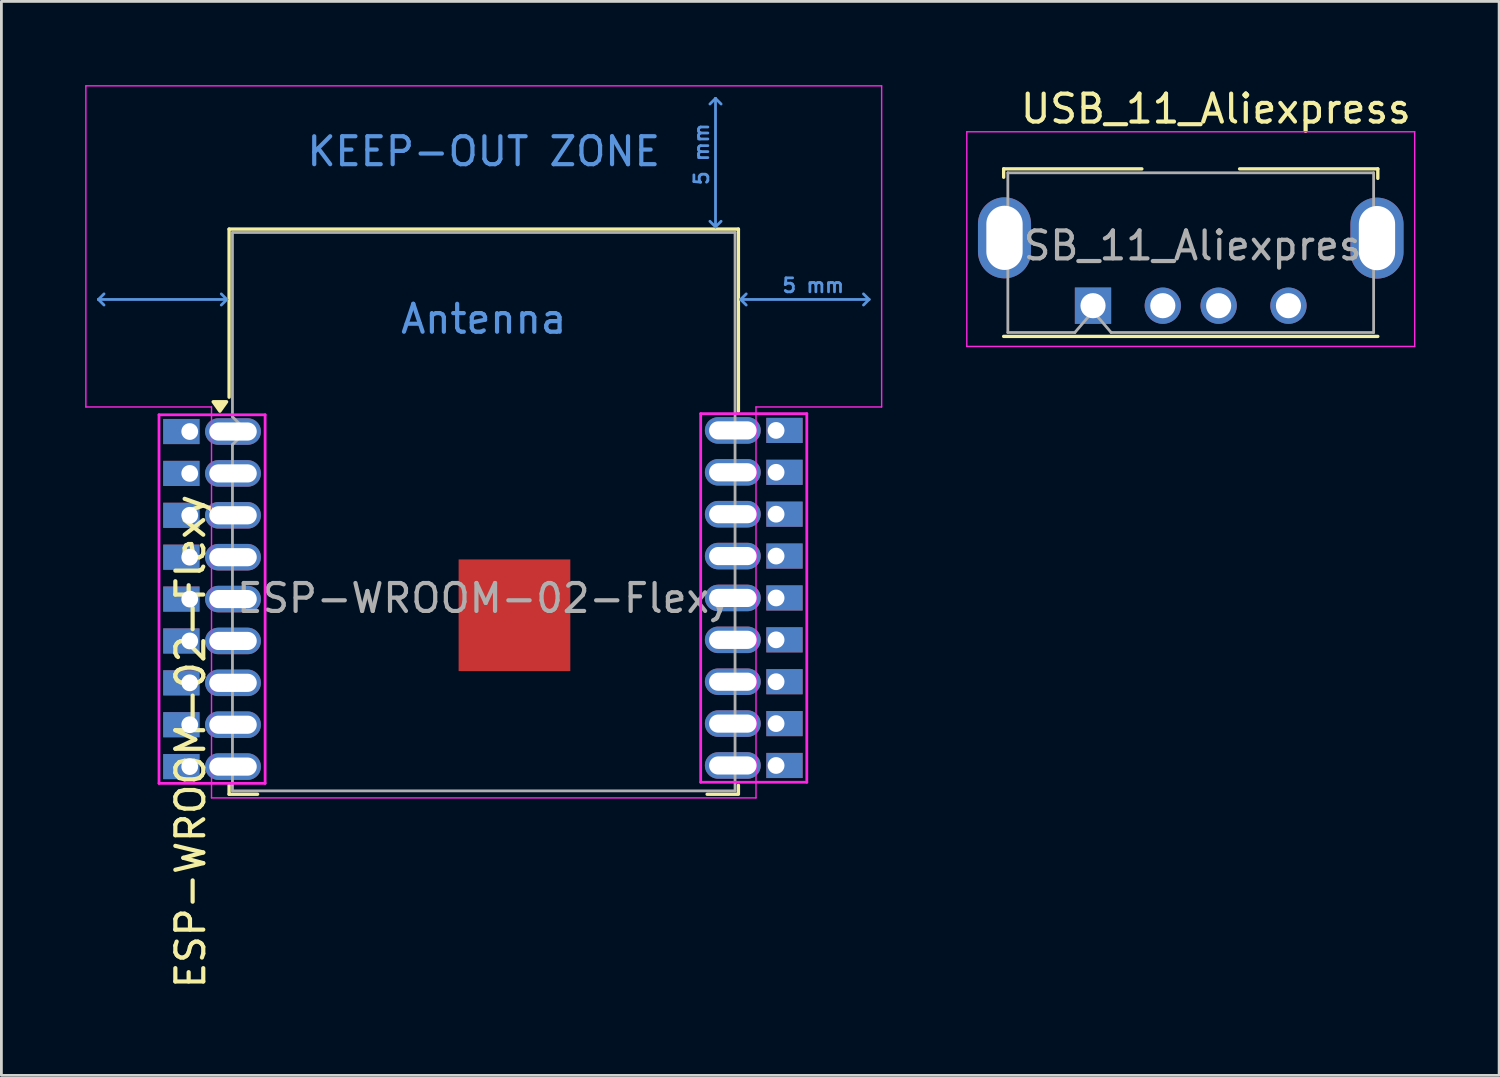
<source format=kicad_pcb>
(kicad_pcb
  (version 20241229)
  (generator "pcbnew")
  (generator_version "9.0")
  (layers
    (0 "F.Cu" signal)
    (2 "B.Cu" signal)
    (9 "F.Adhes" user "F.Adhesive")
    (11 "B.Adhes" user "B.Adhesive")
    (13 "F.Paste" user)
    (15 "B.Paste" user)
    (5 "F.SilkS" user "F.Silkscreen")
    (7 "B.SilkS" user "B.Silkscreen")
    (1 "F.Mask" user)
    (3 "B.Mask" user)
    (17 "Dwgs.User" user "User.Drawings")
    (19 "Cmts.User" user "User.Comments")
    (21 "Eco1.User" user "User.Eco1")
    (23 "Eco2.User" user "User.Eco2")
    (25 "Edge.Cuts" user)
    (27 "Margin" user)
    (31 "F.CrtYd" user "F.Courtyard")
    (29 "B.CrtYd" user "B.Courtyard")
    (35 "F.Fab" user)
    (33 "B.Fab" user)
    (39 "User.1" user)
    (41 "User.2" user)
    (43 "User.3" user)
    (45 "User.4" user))
  (footprint "USB_11_Aliexpress"
    (layer "F.Cu")
    (at 36.095 7.898)
    (property "Reference" "USB_11_Aliexpress" (at 4.4 -7.05 0) (layer "F.SilkS") (effects (font (size 1 1) (thickness 0.15))))
    (attr through_hole)
    (fp_line (start -3.2 -4.9) (end -3.2 -4.6) (stroke (width 0.12) (type solid)) (layer "F.SilkS"))
    (fp_line (start -3.2 -4.9) (end 1.75 -4.9) (stroke (width 0.12) (type solid)) (layer "F.SilkS"))
    (fp_line (start 10.2 -4.9) (end 5.25 -4.9) (stroke (width 0.12) (type solid)) (layer "F.SilkS"))
    (fp_line (start 10.2 -4.9) (end 10.2 -4.56) (stroke (width 0.12) (type solid)) (layer "F.SilkS"))
    (fp_line (start 10.2 1.1) (end -3.2 1.1) (stroke (width 0.12) (type solid)) (layer "F.SilkS"))
    (fp_line (start -4.52 -6.23) (end 11.52 -6.23) (stroke (width 0.05) (type solid)) (layer "F.CrtYd"))
    (fp_line (start -4.52 1.46) (end -4.52 -6.23) (stroke (width 0.05) (type solid)) (layer "F.CrtYd"))
    (fp_line (start 11.52 -6.23) (end 11.52 1.46) (stroke (width 0.05) (type solid)) (layer "F.CrtYd"))
    (fp_line (start 11.52 1.46) (end -4.52 1.46) (stroke (width 0.05) (type solid)) (layer "F.CrtYd"))
    (fp_line (start -3.05 -4.76) (end 10.05 -4.76) (stroke (width 0.1) (type solid)) (layer "F.Fab"))
    (fp_line (start -3.05 0.96) (end -3.05 -4.76) (stroke (width 0.1) (type solid)) (layer "F.Fab"))
    (fp_line (start -0.65 0.96) (end -3.05 0.96) (stroke (width 0.1) (type solid)) (layer "F.Fab"))
    (fp_line (start -0.65 0.96) (end 0 0.2) (stroke (width 0.1) (type solid)) (layer "F.Fab"))
    (fp_line (start 0 0.2) (end 0.65 0.96) (stroke (width 0.1) (type solid)) (layer "F.Fab"))
    (fp_line (start 10.05 -4.76) (end 10.05 0.96) (stroke (width 0.1) (type solid)) (layer "F.Fab"))
    (fp_line (start 10.05 0.96) (end 0.65 0.96) (stroke (width 0.1) (type solid)) (layer "F.Fab"))
    (fp_text user "${REFERENCE}" (at 3.45 -2.15 0) (layer "F.Fab") (effects (font (size 1 1) (thickness 0.15))))
    (pad "1" thru_hole rect (at 0 0) (size 1.3 1.3) (drill 0.9) (layers "*.Cu" "*.Mask"))
    (pad "2" thru_hole circle (at 2.5 0) (size 1.3 1.3) (drill 0.9) (layers "*.Cu" "*.Mask"))
    (pad "3" thru_hole circle (at 4.5 0) (size 1.3 1.3) (drill 0.9) (layers "*.Cu" "*.Mask"))
    (pad "4" thru_hole circle (at 7 0) (size 1.3 1.3) (drill 0.9) (layers "*.Cu" "*.Mask"))
    (pad "5" thru_hole oval (at -3.17 -2.43 180) (size 1.9 2.9) (drill oval 1.3 2.3) (layers "*.Cu" "*.Mask"))
    (pad "5" thru_hole oval (at 10.17 -2.42) (size 1.9 2.9) (drill oval 1.3 2.3) (layers "*.Cu" "*.Mask")))
  (footprint "ESP-WROOM-02-Flexy"
    (layer "F.Cu")
    (at 14.275 18.375)
    (property "Reference" "ESP-WROOM-02-Flexy" (at -10.5 5.13 90) (layer "F.SilkS") (effects (font (size 1 1) (thickness 0.15))))
    (attr smd)
    (fp_line (start -9.12 -13.22) (end -9.12 -7.2) (stroke (width 0.12) (type solid)) (layer "F.SilkS"))
    (fp_line (start -9.12 -13.22) (end 9.12 -13.22) (stroke (width 0.12) (type solid)) (layer "F.SilkS"))
    (fp_line (start -9.12 6.7) (end -9.12 7.02) (stroke (width 0.12) (type solid)) (layer "F.SilkS"))
    (fp_line (start -9.12 7.02) (end -8.1 7.02) (stroke (width 0.12) (type solid)) (layer "F.SilkS"))
    (fp_line (start 8 7.02) (end 9.12 7.02) (stroke (width 0.12) (type solid)) (layer "F.SilkS"))
    (fp_line (start 9.12 -13.22) (end 9.12 -6.7) (stroke (width 0.12) (type solid)) (layer "F.SilkS"))
    (fp_line (start 9.12 6.7) (end 9.12 7) (stroke (width 0.12) (type solid)) (layer "F.SilkS"))
    (fp_poly (pts (xy -9.45 -6.7) (xy -9.69 -7.036) (xy -9.21 -7.036) (xy -9.45 -6.7)) (stroke (width 0.12) (type solid)) (fill yes) (layer "F.SilkS"))
    (fp_line (start -13.8 -10.7) (end -13.6 -10.9) (stroke (width 0.1) (type solid)) (layer "Cmts.User"))
    (fp_line (start -13.8 -10.7) (end -13.6 -10.5) (stroke (width 0.1) (type solid)) (layer "Cmts.User"))
    (fp_line (start -13.8 -10.7) (end -9.2 -10.7) (stroke (width 0.1) (type solid)) (layer "Cmts.User"))
    (fp_line (start -9.2 -10.7) (end -9.4 -10.9) (stroke (width 0.1) (type solid)) (layer "Cmts.User"))
    (fp_line (start -9.2 -10.7) (end -9.4 -10.5) (stroke (width 0.1) (type solid)) (layer "Cmts.User"))
    (fp_line (start 8.3 -17.9) (end 8.1 -17.7) (stroke (width 0.1) (type solid)) (layer "Cmts.User"))
    (fp_line (start 8.3 -17.9) (end 8.5 -17.7) (stroke (width 0.1) (type solid)) (layer "Cmts.User"))
    (fp_line (start 8.3 -13.3) (end 8.1 -13.5) (stroke (width 0.1) (type solid)) (layer "Cmts.User"))
    (fp_line (start 8.3 -13.3) (end 8.3 -17.9) (stroke (width 0.1) (type solid)) (layer "Cmts.User"))
    (fp_line (start 8.3 -13.3) (end 8.5 -13.5) (stroke (width 0.1) (type solid)) (layer "Cmts.User"))
    (fp_line (start 9.2 -10.7) (end 9.4 -10.9) (stroke (width 0.1) (type solid)) (layer "Cmts.User"))
    (fp_line (start 9.2 -10.7) (end 9.4 -10.5) (stroke (width 0.1) (type solid)) (layer "Cmts.User"))
    (fp_line (start 9.2 -10.7) (end 13.8 -10.7) (stroke (width 0.1) (type solid)) (layer "Cmts.User"))
    (fp_line (start 13.8 -10.7) (end 13.6 -10.9) (stroke (width 0.1) (type solid)) (layer "Cmts.User"))
    (fp_line (start 13.8 -10.7) (end 13.6 -10.5) (stroke (width 0.1) (type solid)) (layer "Cmts.User"))
    (fp_line (start -14.25 -18.35) (end -14.25 -6.85) (stroke (width 0.05) (type solid)) (layer "F.CrtYd"))
    (fp_line (start -14.25 -18.35) (end 14.25 -18.35) (stroke (width 0.05) (type solid)) (layer "F.CrtYd"))
    (fp_line (start -14.25 -6.85) (end -9.75 -6.85) (stroke (width 0.05) (type solid)) (layer "F.CrtYd"))
    (fp_line (start -11.63 -6.57) (end -7.83 -6.57) (stroke (width 0.1) (type solid)) (layer "F.CrtYd"))
    (fp_line (start -11.63 6.63) (end -11.63 -6.57) (stroke (width 0.1) (type solid)) (layer "F.CrtYd"))
    (fp_line (start -9.75 7.15) (end -9.75 -6.85) (stroke (width 0.05) (type solid)) (layer "F.CrtYd"))
    (fp_line (start -9.75 7.15) (end 9.75 7.15) (stroke (width 0.05) (type solid)) (layer "F.CrtYd"))
    (fp_line (start -7.83 -6.57) (end -7.83 6.63) (stroke (width 0.1) (type solid)) (layer "F.CrtYd"))
    (fp_line (start -7.83 6.63) (end -11.63 6.63) (stroke (width 0.1) (type solid)) (layer "F.CrtYd"))
    (fp_line (start 7.77 -6.61) (end 11.57 -6.61) (stroke (width 0.1) (type solid)) (layer "F.CrtYd"))
    (fp_line (start 7.77 6.59) (end 7.77 -6.61) (stroke (width 0.1) (type solid)) (layer "F.CrtYd"))
    (fp_line (start 9.75 -6.85) (end 9.75 7.15) (stroke (width 0.05) (type solid)) (layer "F.CrtYd"))
    (fp_line (start 9.75 -6.85) (end 14.25 -6.85) (stroke (width 0.05) (type solid)) (layer "F.CrtYd"))
    (fp_line (start 11.57 -6.61) (end 11.57 6.59) (stroke (width 0.1) (type solid)) (layer "F.CrtYd"))
    (fp_line (start 11.57 6.59) (end 7.77 6.59) (stroke (width 0.1) (type solid)) (layer "F.CrtYd"))
    (fp_line (start 14.25 -18.35) (end 14.25 -6.85) (stroke (width 0.05) (type solid)) (layer "F.CrtYd"))
    (fp_line (start -9 -13.1) (end -9 -6.5) (stroke (width 0.1) (type solid)) (layer "F.Fab"))
    (fp_line (start -9 -13.1) (end 9 -13.1) (stroke (width 0.1) (type solid)) (layer "F.Fab"))
    (fp_line (start -9 -6.5) (end -8.5 -6) (stroke (width 0.1) (type solid)) (layer "F.Fab"))
    (fp_line (start -9 -5.5) (end -9 6.9) (stroke (width 0.1) (type solid)) (layer "F.Fab"))
    (fp_line (start -9 6.9) (end 9 6.9) (stroke (width 0.1) (type solid)) (layer "F.Fab"))
    (fp_line (start -8.5 -6) (end -9 -5.5) (stroke (width 0.1) (type solid)) (layer "F.Fab"))
    (fp_line (start 9 6.9) (end 9 -13.1) (stroke (width 0.1) (type solid)) (layer "F.Fab"))
    (fp_text user "5 mm" (at 7.8 -15.9 90) (layer "Cmts.User") (effects (font (size 0.5 0.5) (thickness 0.1))))
    (fp_text user "KEEP-OUT ZONE" (at 0 -16 0) (layer "Cmts.User") (effects (font (size 1 1) (thickness 0.15))))
    (fp_text user "5 mm" (at 11.8 -11.2 0) (layer "Cmts.User") (effects (font (size 0.5 0.5) (thickness 0.1))))
    (fp_text user "Antenna" (at 0 -10 0) (layer "Cmts.User") (effects (font (size 1 1) (thickness 0.15))))
    (fp_text user "${REFERENCE}" (at 0 0 0) (layer "F.Fab") (effects (font (size 1 1) (thickness 0.15))))
    (pad "1" thru_hole rect (at -10.53 -5.97) (size 1.3 0.9) (drill 0.6 (offset -0.3 0)) (layers "*.Cu" "*.Mask"))
    (pad "1" thru_hole oval (at -8.98 -5.97) (size 2 0.95) (drill oval 1.7 0.65) (layers "*.Cu" "*.Mask"))
    (pad "2" thru_hole rect (at -10.53 -4.47) (size 1.3 0.9) (drill 0.6 (offset -0.3 0)) (layers "*.Cu" "*.Mask"))
    (pad "2" thru_hole oval (at -8.98 -4.47) (size 2 0.95) (drill oval 1.7 0.65) (layers "*.Cu" "*.Mask"))
    (pad "3" thru_hole rect (at -10.53 -2.97) (size 1.3 0.9) (drill 0.6 (offset -0.3 0)) (layers "*.Cu" "*.Mask"))
    (pad "3" thru_hole oval (at -8.98 -2.97) (size 2 0.95) (drill oval 1.7 0.65) (layers "*.Cu" "*.Mask"))
    (pad "4" thru_hole rect (at -10.53 -1.47) (size 1.3 0.9) (drill 0.6 (offset -0.3 0)) (layers "*.Cu" "*.Mask"))
    (pad "4" thru_hole oval (at -8.98 -1.47) (size 2 0.95) (drill oval 1.7 0.65) (layers "*.Cu" "*.Mask"))
    (pad "5" thru_hole rect (at -10.53 0.03) (size 1.3 0.9) (drill 0.6 (offset -0.3 0)) (layers "*.Cu" "*.Mask"))
    (pad "5" thru_hole oval (at -8.98 0.03) (size 2 0.95) (drill oval 1.7 0.65) (layers "*.Cu" "*.Mask"))
    (pad "6" thru_hole rect (at -10.53 1.53) (size 1.3 0.9) (drill 0.6 (offset -0.3 0)) (layers "*.Cu" "*.Mask"))
    (pad "6" thru_hole oval (at -8.98 1.53) (size 2 0.95) (drill oval 1.7 0.65) (layers "*.Cu" "*.Mask"))
    (pad "7" thru_hole rect (at -10.53 3.03) (size 1.3 0.9) (drill 0.6 (offset -0.3 0)) (layers "*.Cu" "*.Mask"))
    (pad "7" thru_hole oval (at -8.98 3.03) (size 2 0.95) (drill oval 1.7 0.65) (layers "*.Cu" "*.Mask"))
    (pad "8" thru_hole rect (at -10.53 4.53) (size 1.3 0.9) (drill 0.6 (offset -0.3 0)) (layers "*.Cu" "*.Mask"))
    (pad "8" thru_hole oval (at -8.98 4.53) (size 2 0.95) (drill oval 1.7 0.65) (layers "*.Cu" "*.Mask"))
    (pad "9" thru_hole rect (at -10.53 6.03) (size 1.3 0.9) (drill 0.6 (offset -0.3 0)) (layers "*.Cu" "*.Mask"))
    (pad "9" thru_hole oval (at -8.98 6.03) (size 2 0.95) (drill oval 1.7 0.65) (layers "*.Cu" "*.Mask"))
    (pad "10" thru_hole oval (at 8.92 5.99 180) (size 2 0.95) (drill oval 1.7 0.65) (layers "*.Cu" "*.Mask"))
    (pad "10" thru_hole rect (at 10.47 5.99 180) (size 1.3 0.9) (drill 0.6 (offset -0.3 0)) (layers "*.Cu" "*.Mask"))
    (pad "11" thru_hole oval (at 8.92 4.49 180) (size 2 0.95) (drill oval 1.7 0.65) (layers "*.Cu" "*.Mask"))
    (pad "11" thru_hole rect (at 10.47 4.49 180) (size 1.3 0.9) (drill 0.6 (offset -0.3 0)) (layers "*.Cu" "*.Mask"))
    (pad "12" thru_hole oval (at 8.92 2.99 180) (size 2 0.95) (drill oval 1.7 0.65) (layers "*.Cu" "*.Mask"))
    (pad "12" thru_hole rect (at 10.47 2.99 180) (size 1.3 0.9) (drill 0.6 (offset -0.3 0)) (layers "*.Cu" "*.Mask"))
    (pad "13" thru_hole oval (at 8.92 1.49 180) (size 2 0.95) (drill oval 1.7 0.65) (layers "*.Cu" "*.Mask"))
    (pad "13" thru_hole rect (at 10.47 1.49 180) (size 1.3 0.9) (drill 0.6 (offset -0.3 0)) (layers "*.Cu" "*.Mask"))
    (pad "14" thru_hole oval (at 8.92 -0.01 180) (size 2 0.95) (drill oval 1.7 0.65) (layers "*.Cu" "*.Mask"))
    (pad "14" thru_hole rect (at 10.47 -0.01 180) (size 1.3 0.9) (drill 0.6 (offset -0.3 0)) (layers "*.Cu" "*.Mask"))
    (pad "15" thru_hole oval (at 8.92 -1.51 180) (size 2 0.95) (drill oval 1.7 0.65) (layers "*.Cu" "*.Mask"))
    (pad "15" thru_hole rect (at 10.47 -1.51 180) (size 1.3 0.9) (drill 0.6 (offset -0.3 0)) (layers "*.Cu" "*.Mask"))
    (pad "16" thru_hole oval (at 8.92 -3.01 180) (size 2 0.95) (drill oval 1.7 0.65) (layers "*.Cu" "*.Mask"))
    (pad "16" thru_hole rect (at 10.47 -3.01 180) (size 1.3 0.9) (drill 0.6 (offset -0.3 0)) (layers "*.Cu" "*.Mask"))
    (pad "17" thru_hole oval (at 8.92 -4.51 180) (size 2 0.95) (drill oval 1.7 0.65) (layers "*.Cu" "*.Mask"))
    (pad "17" thru_hole rect (at 10.47 -4.51 180) (size 1.3 0.9) (drill 0.6 (offset -0.3 0)) (layers "*.Cu" "*.Mask"))
    (pad "18" thru_hole oval (at 8.92 -6.01 180) (size 2 0.95) (drill oval 1.7 0.65) (layers "*.Cu" "*.Mask"))
    (pad "18" thru_hole rect (at 10.47 -6.01 180) (size 1.3 0.9) (drill 0.6 (offset -0.3 0)) (layers "*.Cu" "*.Mask"))
    (pad "19" smd rect (at 1.1 0.61) (size 4 4) (layers "F.Cu" "F.Mask" "F.Paste"))
    (zone (net_name "") (layers "F.Cu" "B.Cu") (hatch full 0.508) (connect_pads) (min_thickness 0.254) (filled_areas_thickness no) (keepout (tracks not_allowed) (vias not_allowed) (pads not_allowed) (copperpour not_allowed) (footprints not_allowed)) (placement (enabled no)) (fill) (polygon (pts (xy 0.275 11.275) (xy 28.275 11.275) (xy 28.275 0.275) (xy 0.275 0.275)))))
  (gr_rect
    (start -3 -3)
    (end 50.64 35.463)
    (stroke (width 0.1) (type default))
    (fill no)
    (layer "Edge.Cuts")))
</source>
